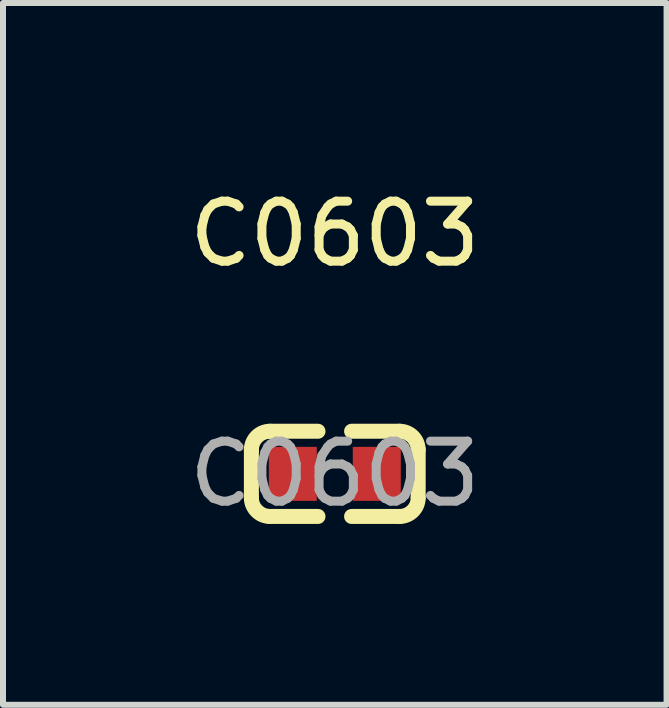
<source format=kicad_pcb>
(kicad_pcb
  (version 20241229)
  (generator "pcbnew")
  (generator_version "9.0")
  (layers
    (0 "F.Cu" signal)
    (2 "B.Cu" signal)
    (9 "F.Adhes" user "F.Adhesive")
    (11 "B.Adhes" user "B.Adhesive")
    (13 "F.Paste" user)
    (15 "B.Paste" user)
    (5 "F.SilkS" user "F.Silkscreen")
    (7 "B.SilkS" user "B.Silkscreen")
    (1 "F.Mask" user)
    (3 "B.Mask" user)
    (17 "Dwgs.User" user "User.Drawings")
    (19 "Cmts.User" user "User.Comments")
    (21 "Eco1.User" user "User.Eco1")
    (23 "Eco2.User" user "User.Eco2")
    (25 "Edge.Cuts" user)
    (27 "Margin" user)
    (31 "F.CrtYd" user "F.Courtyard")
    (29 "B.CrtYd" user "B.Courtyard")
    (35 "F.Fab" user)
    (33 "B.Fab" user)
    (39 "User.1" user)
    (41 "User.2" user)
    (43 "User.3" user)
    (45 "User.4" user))
  (footprint "C0603"
    (layer "F.Cu")
    (at 2.53 4.848)
    (property "Reference" "C0603" (at 0 -4 0) (layer "F.SilkS") (effects (font (size 1 1) (thickness 0.15))))
    (attr smd)
    (fp_line (start -1.39 0.4) (end -1.39 -0.4) (stroke (width 0.25) (type solid)) (layer "F.SilkS"))
    (fp_line (start -0.28 -0.71) (end -1.08 -0.71) (stroke (width 0.25) (type solid)) (layer "F.SilkS"))
    (fp_line (start -0.28 0.71) (end -1.08 0.71) (stroke (width 0.25) (type solid)) (layer "F.SilkS"))
    (fp_line (start 0.28 -0.71) (end 1.08 -0.71) (stroke (width 0.25) (type solid)) (layer "F.SilkS"))
    (fp_line (start 0.28 0.71) (end 1.08 0.71) (stroke (width 0.25) (type solid)) (layer "F.SilkS"))
    (fp_line (start 1.39 -0.4) (end 1.39 0.4) (stroke (width 0.25) (type solid)) (layer "F.SilkS"))
    (fp_arc (start -1.39 -0.4) (mid -1.299203 -0.619203) (end -1.08 -0.71) (stroke (width 0.25) (type solid)) (layer "F.SilkS"))
    (fp_arc (start -1.08 0.71) (mid -1.299203 0.619203) (end -1.39 0.4) (stroke (width 0.25) (type solid)) (layer "F.SilkS"))
    (fp_arc (start 1.08 -0.71) (mid 1.299203 -0.619203) (end 1.39 -0.4) (stroke (width 0.25) (type solid)) (layer "F.SilkS"))
    (fp_arc (start 1.39 0.4) (mid 1.299203 0.619203) (end 1.08 0.71) (stroke (width 0.25) (type solid)) (layer "F.SilkS"))
    (fp_circle (center -0.8 0.4) (end -0.77 0.4) (stroke (width 0.06) (type solid)) (fill no) (layer "F.Fab"))
    (fp_text user "${REFERENCE}" (at 0 0 0) (layer "F.Fab") (effects (font (size 1 1) (thickness 0.15))))
    (pad "1" smd rect (at -0.7 0) (size 0.8 0.9) (layers "F.Cu" "F.Mask" "F.Paste"))
    (pad "2" smd rect (at 0.7 0) (size 0.8 0.9) (layers "F.Cu" "F.Mask" "F.Paste")))
  (gr_rect
    (start -3 -3)
    (end 8.06 8.697)
    (stroke (width 0.1) (type default))
    (fill no)
    (layer "Edge.Cuts")))
</source>
